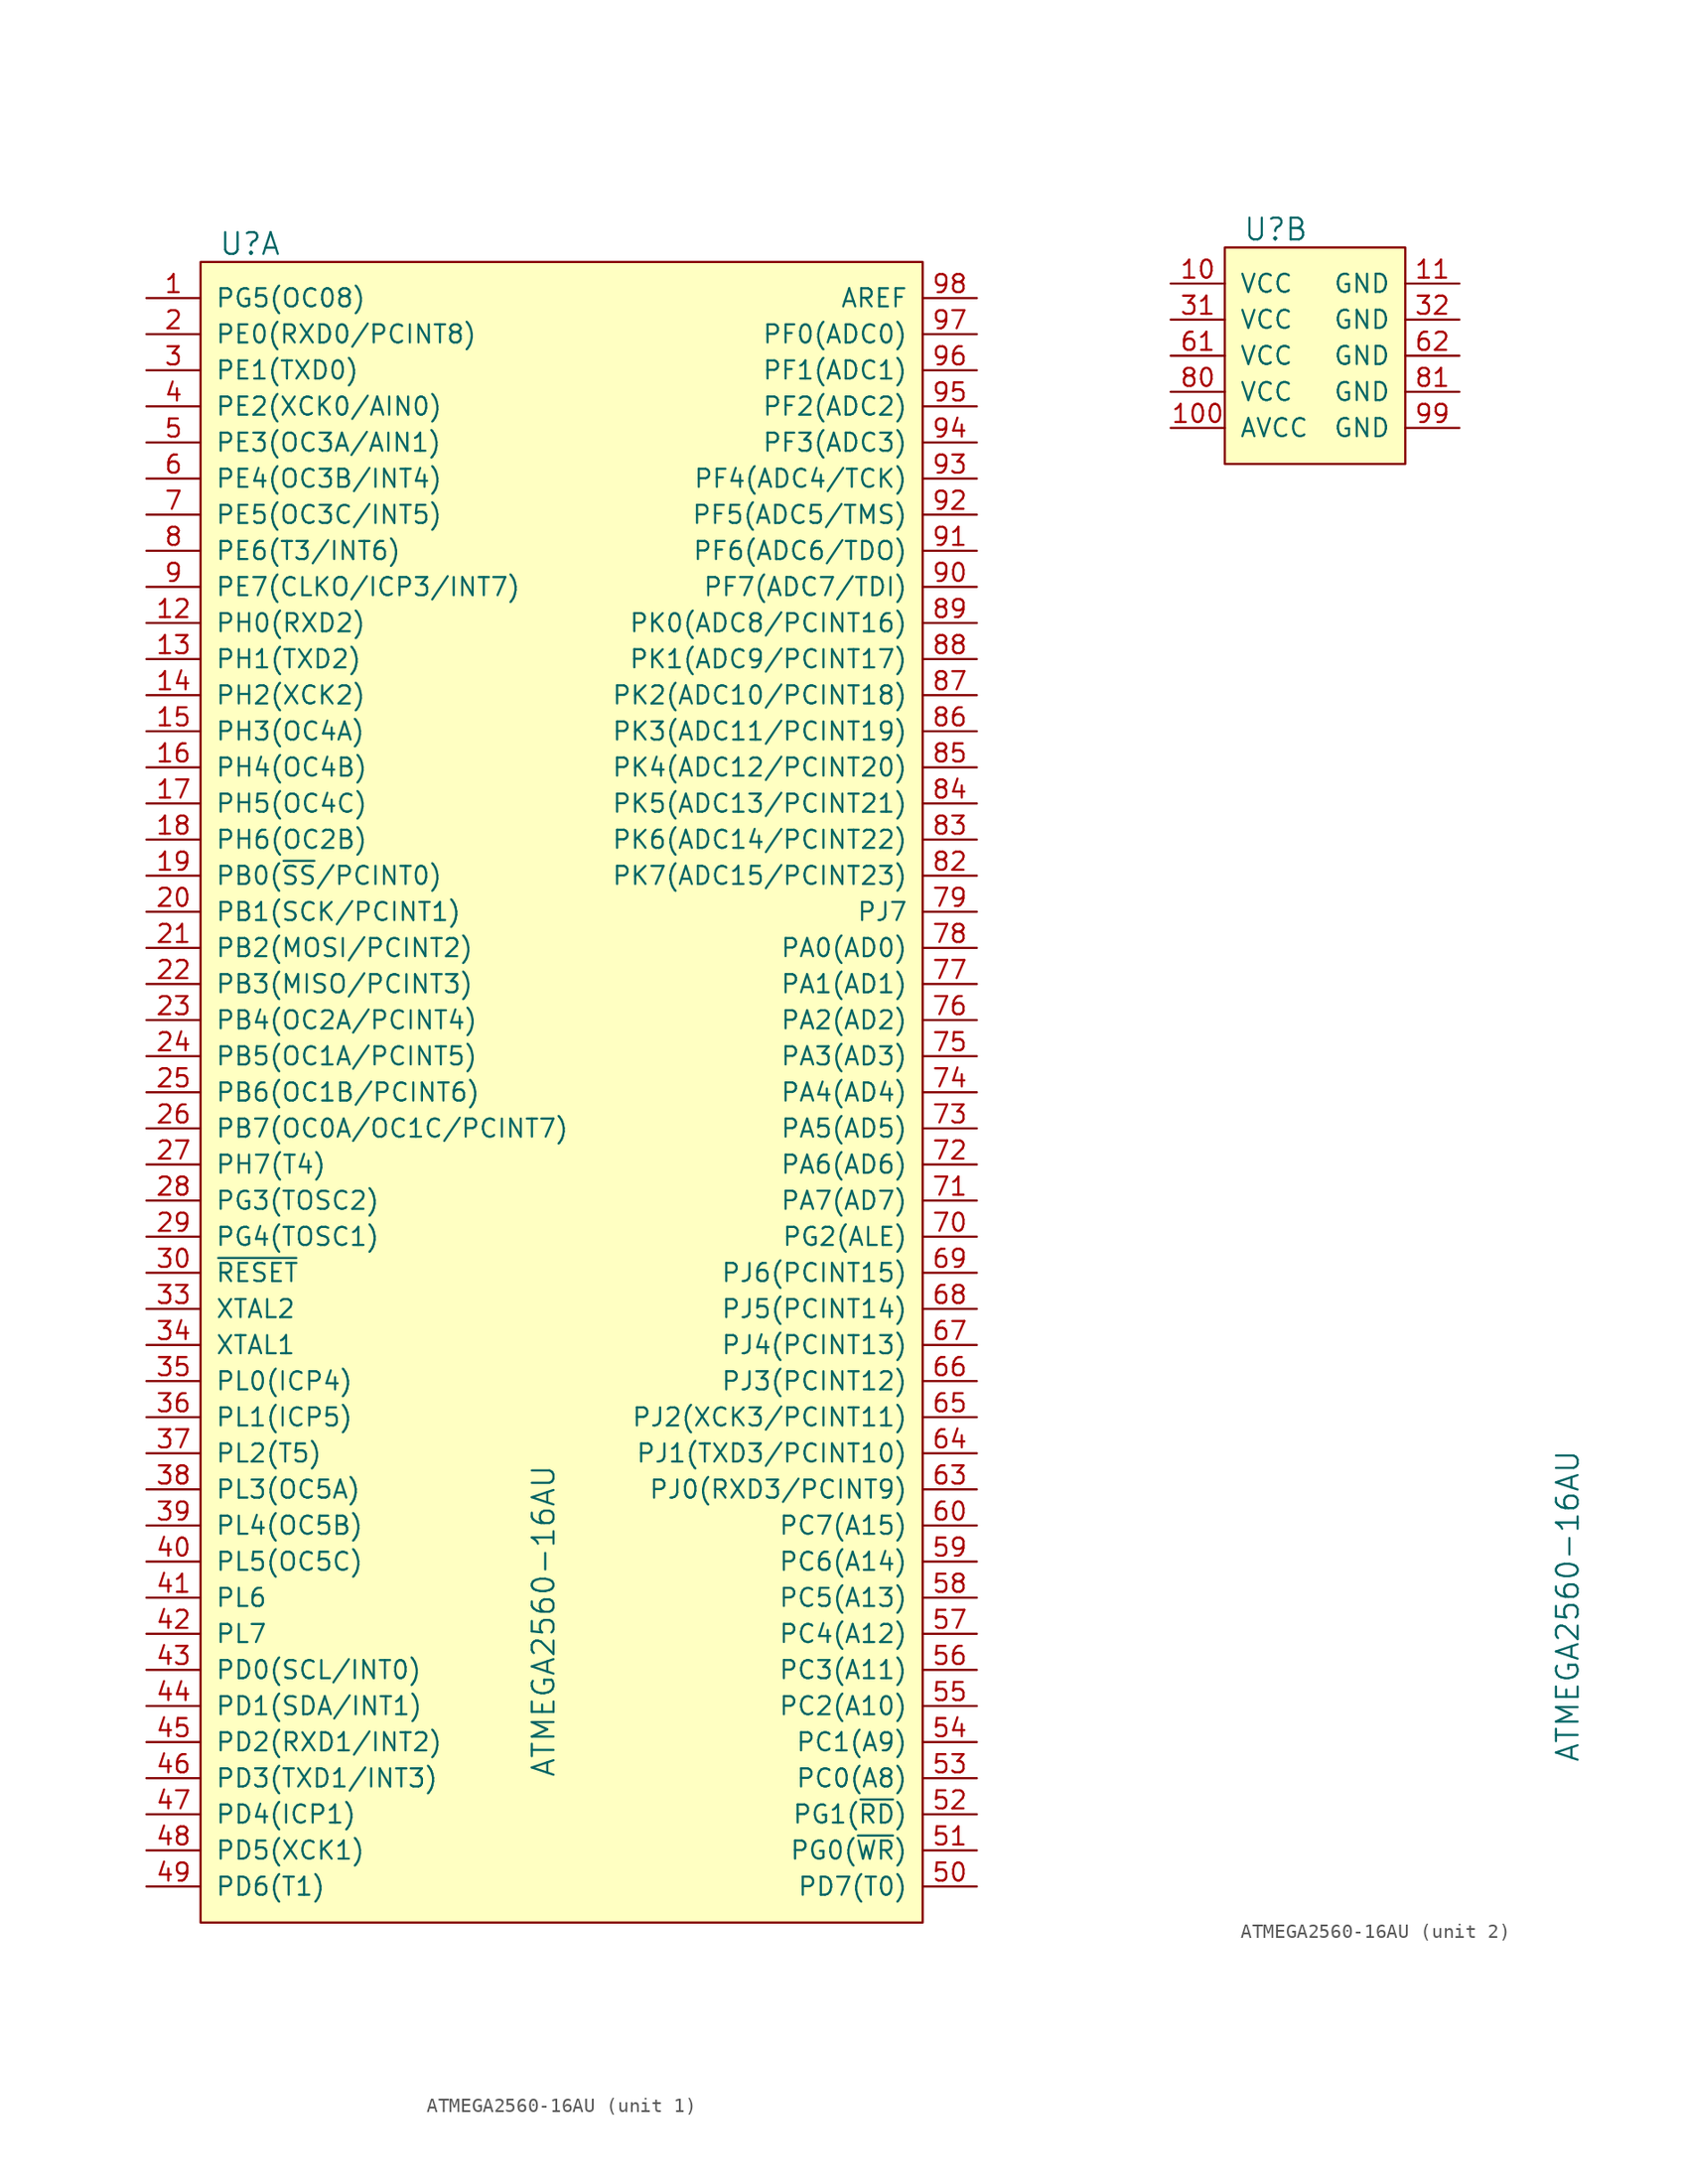
<source format=kicad_sym>
(kicad_symbol_lib
  (version 20220914)
  (generator kicad_symbol_editor)
  (symbol "ATMEGA2560-16AU"
    (pin_names
      (offset 1.016))
    (property "Reference" "U"
      (at 2.54 1.27 0)
      (effects (font (size 1.524 1.524)) (justify left)))
    (property "Value" "ATMEGA2560-16AU"
      (at 25.4 -106.68 90)
      (effects (font (size 1.524 1.524)) (justify left)))
    (property "ki_locked" ""
      (at 0 0 0)
      (effects (font (size 1.27 1.27))))
    (symbol "ATMEGA2560-16AU_1_1"
      (rectangle (start 1.27 0) (end 52.07 -116.84) (stroke (width 0) (type solid)) (fill (type background)))
      (pin bidirectional line (at -2.54 -2.54 0) (length 3.81) (name "PG5(OC08)" (effects (font (size 1.27 1.27)))) (number "1" (effects (font (size 1.27 1.27)))))
      (pin bidirectional line (at -2.54 -25.4 0) (length 3.81) (name "PH0(RXD2)" (effects (font (size 1.27 1.27)))) (number "12" (effects (font (size 1.27 1.27)))))
      (pin bidirectional line (at -2.54 -27.94 0) (length 3.81) (name "PH1(TXD2)" (effects (font (size 1.27 1.27)))) (number "13" (effects (font (size 1.27 1.27)))))
      (pin bidirectional line (at -2.54 -30.48 0) (length 3.81) (name "PH2(XCK2)" (effects (font (size 1.27 1.27)))) (number "14" (effects (font (size 1.27 1.27)))))
      (pin bidirectional line (at -2.54 -33.02 0) (length 3.81) (name "PH3(OC4A)" (effects (font (size 1.27 1.27)))) (number "15" (effects (font (size 1.27 1.27)))))
      (pin bidirectional line (at -2.54 -35.56 0) (length 3.81) (name "PH4(OC4B)" (effects (font (size 1.27 1.27)))) (number "16" (effects (font (size 1.27 1.27)))))
      (pin bidirectional line (at -2.54 -38.1 0) (length 3.81) (name "PH5(OC4C)" (effects (font (size 1.27 1.27)))) (number "17" (effects (font (size 1.27 1.27)))))
      (pin bidirectional line (at -2.54 -40.64 0) (length 3.81) (name "PH6(OC2B)" (effects (font (size 1.27 1.27)))) (number "18" (effects (font (size 1.27 1.27)))))
      (pin bidirectional line (at -2.54 -43.18 0) (length 3.81) (name "PB0(~{SS}/PCINT0)" (effects (font (size 1.27 1.27)))) (number "19" (effects (font (size 1.27 1.27)))))
      (pin bidirectional line (at -2.54 -5.08 0) (length 3.81) (name "PE0(RXD0/PCINT8)" (effects (font (size 1.27 1.27)))) (number "2" (effects (font (size 1.27 1.27)))))
      (pin bidirectional line (at -2.54 -45.72 0) (length 3.81) (name "PB1(SCK/PCINT1)" (effects (font (size 1.27 1.27)))) (number "20" (effects (font (size 1.27 1.27)))))
      (pin bidirectional line (at -2.54 -48.26 0) (length 3.81) (name "PB2(MOSI/PCINT2)" (effects (font (size 1.27 1.27)))) (number "21" (effects (font (size 1.27 1.27)))))
      (pin bidirectional line (at -2.54 -50.8 0) (length 3.81) (name "PB3(MISO/PCINT3)" (effects (font (size 1.27 1.27)))) (number "22" (effects (font (size 1.27 1.27)))))
      (pin bidirectional line (at -2.54 -53.34 0) (length 3.81) (name "PB4(OC2A/PCINT4)" (effects (font (size 1.27 1.27)))) (number "23" (effects (font (size 1.27 1.27)))))
      (pin bidirectional line (at -2.54 -55.88 0) (length 3.81) (name "PB5(OC1A/PCINT5)" (effects (font (size 1.27 1.27)))) (number "24" (effects (font (size 1.27 1.27)))))
      (pin bidirectional line (at -2.54 -58.42 0) (length 3.81) (name "PB6(OC1B/PCINT6)" (effects (font (size 1.27 1.27)))) (number "25" (effects (font (size 1.27 1.27)))))
      (pin bidirectional line (at -2.54 -60.96 0) (length 3.81) (name "PB7(OC0A/OC1C/PCINT7)" (effects (font (size 1.27 1.27)))) (number "26" (effects (font (size 1.27 1.27)))))
      (pin bidirectional line (at -2.54 -63.5 0) (length 3.81) (name "PH7(T4)" (effects (font (size 1.27 1.27)))) (number "27" (effects (font (size 1.27 1.27)))))
      (pin bidirectional line (at -2.54 -66.04 0) (length 3.81) (name "PG3(TOSC2)" (effects (font (size 1.27 1.27)))) (number "28" (effects (font (size 1.27 1.27)))))
      (pin bidirectional line (at -2.54 -68.58 0) (length 3.81) (name "PG4(TOSC1)" (effects (font (size 1.27 1.27)))) (number "29" (effects (font (size 1.27 1.27)))))
      (pin bidirectional line (at -2.54 -7.62 0) (length 3.81) (name "PE1(TXD0)" (effects (font (size 1.27 1.27)))) (number "3" (effects (font (size 1.27 1.27)))))
      (pin input line (at -2.54 -71.12 0) (length 3.81) (name "~{RESET}" (effects (font (size 1.27 1.27)))) (number "30" (effects (font (size 1.27 1.27)))))
      (pin input line (at -2.54 -73.66 0) (length 3.81) (name "XTAL2" (effects (font (size 1.27 1.27)))) (number "33" (effects (font (size 1.27 1.27)))))
      (pin output line (at -2.54 -76.2 0) (length 3.81) (name "XTAL1" (effects (font (size 1.27 1.27)))) (number "34" (effects (font (size 1.27 1.27)))))
      (pin bidirectional line (at -2.54 -78.74 0) (length 3.81) (name "PL0(ICP4)" (effects (font (size 1.27 1.27)))) (number "35" (effects (font (size 1.27 1.27)))))
      (pin bidirectional line (at -2.54 -81.28 0) (length 3.81) (name "PL1(ICP5)" (effects (font (size 1.27 1.27)))) (number "36" (effects (font (size 1.27 1.27)))))
      (pin bidirectional line (at -2.54 -83.82 0) (length 3.81) (name "PL2(T5)" (effects (font (size 1.27 1.27)))) (number "37" (effects (font (size 1.27 1.27)))))
      (pin bidirectional line (at -2.54 -86.36 0) (length 3.81) (name "PL3(OC5A)" (effects (font (size 1.27 1.27)))) (number "38" (effects (font (size 1.27 1.27)))))
      (pin bidirectional line (at -2.54 -88.9 0) (length 3.81) (name "PL4(OC5B)" (effects (font (size 1.27 1.27)))) (number "39" (effects (font (size 1.27 1.27)))))
      (pin bidirectional line (at -2.54 -10.16 0) (length 3.81) (name "PE2(XCK0/AIN0)" (effects (font (size 1.27 1.27)))) (number "4" (effects (font (size 1.27 1.27)))))
      (pin bidirectional line (at -2.54 -91.44 0) (length 3.81) (name "PL5(OC5C)" (effects (font (size 1.27 1.27)))) (number "40" (effects (font (size 1.27 1.27)))))
      (pin bidirectional line (at -2.54 -93.98 0) (length 3.81) (name "PL6" (effects (font (size 1.27 1.27)))) (number "41" (effects (font (size 1.27 1.27)))))
      (pin bidirectional line (at -2.54 -96.52 0) (length 3.81) (name "PL7" (effects (font (size 1.27 1.27)))) (number "42" (effects (font (size 1.27 1.27)))))
      (pin bidirectional line (at -2.54 -99.06 0) (length 3.81) (name "PD0(SCL/INT0)" (effects (font (size 1.27 1.27)))) (number "43" (effects (font (size 1.27 1.27)))))
      (pin bidirectional line (at -2.54 -101.6 0) (length 3.81) (name "PD1(SDA/INT1)" (effects (font (size 1.27 1.27)))) (number "44" (effects (font (size 1.27 1.27)))))
      (pin bidirectional line (at -2.54 -104.14 0) (length 3.81) (name "PD2(RXD1/INT2)" (effects (font (size 1.27 1.27)))) (number "45" (effects (font (size 1.27 1.27)))))
      (pin bidirectional line (at -2.54 -106.68 0) (length 3.81) (name "PD3(TXD1/INT3)" (effects (font (size 1.27 1.27)))) (number "46" (effects (font (size 1.27 1.27)))))
      (pin bidirectional line (at -2.54 -109.22 0) (length 3.81) (name "PD4(ICP1)" (effects (font (size 1.27 1.27)))) (number "47" (effects (font (size 1.27 1.27)))))
      (pin bidirectional line (at -2.54 -111.76 0) (length 3.81) (name "PD5(XCK1)" (effects (font (size 1.27 1.27)))) (number "48" (effects (font (size 1.27 1.27)))))
      (pin bidirectional line (at -2.54 -114.3 0) (length 3.81) (name "PD6(T1)" (effects (font (size 1.27 1.27)))) (number "49" (effects (font (size 1.27 1.27)))))
      (pin bidirectional line (at -2.54 -12.7 0) (length 3.81) (name "PE3(OC3A/AIN1)" (effects (font (size 1.27 1.27)))) (number "5" (effects (font (size 1.27 1.27)))))
      (pin bidirectional line (at 55.88 -114.3 180) (length 3.81) (name "PD7(T0)" (effects (font (size 1.27 1.27)))) (number "50" (effects (font (size 1.27 1.27)))))
      (pin bidirectional line (at 55.88 -111.76 180) (length 3.81) (name "PG0(~{WR})" (effects (font (size 1.27 1.27)))) (number "51" (effects (font (size 1.27 1.27)))))
      (pin bidirectional line (at 55.88 -109.22 180) (length 3.81) (name "PG1(~{RD})" (effects (font (size 1.27 1.27)))) (number "52" (effects (font (size 1.27 1.27)))))
      (pin bidirectional line (at 55.88 -106.68 180) (length 3.81) (name "PC0(A8)" (effects (font (size 1.27 1.27)))) (number "53" (effects (font (size 1.27 1.27)))))
      (pin bidirectional line (at 55.88 -104.14 180) (length 3.81) (name "PC1(A9)" (effects (font (size 1.27 1.27)))) (number "54" (effects (font (size 1.27 1.27)))))
      (pin bidirectional line (at 55.88 -101.6 180) (length 3.81) (name "PC2(A10)" (effects (font (size 1.27 1.27)))) (number "55" (effects (font (size 1.27 1.27)))))
      (pin bidirectional line (at 55.88 -99.06 180) (length 3.81) (name "PC3(A11)" (effects (font (size 1.27 1.27)))) (number "56" (effects (font (size 1.27 1.27)))))
      (pin bidirectional line (at 55.88 -96.52 180) (length 3.81) (name "PC4(A12)" (effects (font (size 1.27 1.27)))) (number "57" (effects (font (size 1.27 1.27)))))
      (pin bidirectional line (at 55.88 -93.98 180) (length 3.81) (name "PC5(A13)" (effects (font (size 1.27 1.27)))) (number "58" (effects (font (size 1.27 1.27)))))
      (pin bidirectional line (at 55.88 -91.44 180) (length 3.81) (name "PC6(A14)" (effects (font (size 1.27 1.27)))) (number "59" (effects (font (size 1.27 1.27)))))
      (pin bidirectional line (at -2.54 -15.24 0) (length 3.81) (name "PE4(OC3B/INT4)" (effects (font (size 1.27 1.27)))) (number "6" (effects (font (size 1.27 1.27)))))
      (pin bidirectional line (at 55.88 -88.9 180) (length 3.81) (name "PC7(A15)" (effects (font (size 1.27 1.27)))) (number "60" (effects (font (size 1.27 1.27)))))
      (pin bidirectional line (at 55.88 -86.36 180) (length 3.81) (name "PJ0(RXD3/PCINT9)" (effects (font (size 1.27 1.27)))) (number "63" (effects (font (size 1.27 1.27)))))
      (pin bidirectional line (at 55.88 -83.82 180) (length 3.81) (name "PJ1(TXD3/PCINT10)" (effects (font (size 1.27 1.27)))) (number "64" (effects (font (size 1.27 1.27)))))
      (pin bidirectional line (at 55.88 -81.28 180) (length 3.81) (name "PJ2(XCK3/PCINT11)" (effects (font (size 1.27 1.27)))) (number "65" (effects (font (size 1.27 1.27)))))
      (pin bidirectional line (at 55.88 -78.74 180) (length 3.81) (name "PJ3(PCINT12)" (effects (font (size 1.27 1.27)))) (number "66" (effects (font (size 1.27 1.27)))))
      (pin bidirectional line (at 55.88 -76.2 180) (length 3.81) (name "PJ4(PCINT13)" (effects (font (size 1.27 1.27)))) (number "67" (effects (font (size 1.27 1.27)))))
      (pin bidirectional line (at 55.88 -73.66 180) (length 3.81) (name "PJ5(PCINT14)" (effects (font (size 1.27 1.27)))) (number "68" (effects (font (size 1.27 1.27)))))
      (pin bidirectional line (at 55.88 -71.12 180) (length 3.81) (name "PJ6(PCINT15)" (effects (font (size 1.27 1.27)))) (number "69" (effects (font (size 1.27 1.27)))))
      (pin bidirectional line (at -2.54 -17.78 0) (length 3.81) (name "PE5(OC3C/INT5)" (effects (font (size 1.27 1.27)))) (number "7" (effects (font (size 1.27 1.27)))))
      (pin bidirectional line (at 55.88 -68.58 180) (length 3.81) (name "PG2(ALE)" (effects (font (size 1.27 1.27)))) (number "70" (effects (font (size 1.27 1.27)))))
      (pin bidirectional line (at 55.88 -66.04 180) (length 3.81) (name "PA7(AD7)" (effects (font (size 1.27 1.27)))) (number "71" (effects (font (size 1.27 1.27)))))
      (pin bidirectional line (at 55.88 -63.5 180) (length 3.81) (name "PA6(AD6)" (effects (font (size 1.27 1.27)))) (number "72" (effects (font (size 1.27 1.27)))))
      (pin bidirectional line (at 55.88 -60.96 180) (length 3.81) (name "PA5(AD5)" (effects (font (size 1.27 1.27)))) (number "73" (effects (font (size 1.27 1.27)))))
      (pin bidirectional line (at 55.88 -58.42 180) (length 3.81) (name "PA4(AD4)" (effects (font (size 1.27 1.27)))) (number "74" (effects (font (size 1.27 1.27)))))
      (pin bidirectional line (at 55.88 -55.88 180) (length 3.81) (name "PA3(AD3)" (effects (font (size 1.27 1.27)))) (number "75" (effects (font (size 1.27 1.27)))))
      (pin bidirectional line (at 55.88 -53.34 180) (length 3.81) (name "PA2(AD2)" (effects (font (size 1.27 1.27)))) (number "76" (effects (font (size 1.27 1.27)))))
      (pin bidirectional line (at 55.88 -50.8 180) (length 3.81) (name "PA1(AD1)" (effects (font (size 1.27 1.27)))) (number "77" (effects (font (size 1.27 1.27)))))
      (pin bidirectional line (at 55.88 -48.26 180) (length 3.81) (name "PA0(AD0)" (effects (font (size 1.27 1.27)))) (number "78" (effects (font (size 1.27 1.27)))))
      (pin bidirectional line (at 55.88 -45.72 180) (length 3.81) (name "PJ7" (effects (font (size 1.27 1.27)))) (number "79" (effects (font (size 1.27 1.27)))))
      (pin bidirectional line (at -2.54 -20.32 0) (length 3.81) (name "PE6(T3/INT6)" (effects (font (size 1.27 1.27)))) (number "8" (effects (font (size 1.27 1.27)))))
      (pin bidirectional line (at 55.88 -43.18 180) (length 3.81) (name "PK7(ADC15/PCINT23)" (effects (font (size 1.27 1.27)))) (number "82" (effects (font (size 1.27 1.27)))))
      (pin bidirectional line (at 55.88 -40.64 180) (length 3.81) (name "PK6(ADC14/PCINT22)" (effects (font (size 1.27 1.27)))) (number "83" (effects (font (size 1.27 1.27)))))
      (pin bidirectional line (at 55.88 -38.1 180) (length 3.81) (name "PK5(ADC13/PCINT21)" (effects (font (size 1.27 1.27)))) (number "84" (effects (font (size 1.27 1.27)))))
      (pin bidirectional line (at 55.88 -35.56 180) (length 3.81) (name "PK4(ADC12/PCINT20)" (effects (font (size 1.27 1.27)))) (number "85" (effects (font (size 1.27 1.27)))))
      (pin bidirectional line (at 55.88 -33.02 180) (length 3.81) (name "PK3(ADC11/PCINT19)" (effects (font (size 1.27 1.27)))) (number "86" (effects (font (size 1.27 1.27)))))
      (pin bidirectional line (at 55.88 -30.48 180) (length 3.81) (name "PK2(ADC10/PCINT18)" (effects (font (size 1.27 1.27)))) (number "87" (effects (font (size 1.27 1.27)))))
      (pin bidirectional line (at 55.88 -27.94 180) (length 3.81) (name "PK1(ADC9/PCINT17)" (effects (font (size 1.27 1.27)))) (number "88" (effects (font (size 1.27 1.27)))))
      (pin bidirectional line (at 55.88 -25.4 180) (length 3.81) (name "PK0(ADC8/PCINT16)" (effects (font (size 1.27 1.27)))) (number "89" (effects (font (size 1.27 1.27)))))
      (pin bidirectional line (at -2.54 -22.86 0) (length 3.81) (name "PE7(CLKO/ICP3/INT7)" (effects (font (size 1.27 1.27)))) (number "9" (effects (font (size 1.27 1.27)))))
      (pin bidirectional line (at 55.88 -22.86 180) (length 3.81) (name "PF7(ADC7/TDI)" (effects (font (size 1.27 1.27)))) (number "90" (effects (font (size 1.27 1.27)))))
      (pin bidirectional line (at 55.88 -20.32 180) (length 3.81) (name "PF6(ADC6/TDO)" (effects (font (size 1.27 1.27)))) (number "91" (effects (font (size 1.27 1.27)))))
      (pin bidirectional line (at 55.88 -17.78 180) (length 3.81) (name "PF5(ADC5/TMS)" (effects (font (size 1.27 1.27)))) (number "92" (effects (font (size 1.27 1.27)))))
      (pin bidirectional line (at 55.88 -15.24 180) (length 3.81) (name "PF4(ADC4/TCK)" (effects (font (size 1.27 1.27)))) (number "93" (effects (font (size 1.27 1.27)))))
      (pin bidirectional line (at 55.88 -12.7 180) (length 3.81) (name "PF3(ADC3)" (effects (font (size 1.27 1.27)))) (number "94" (effects (font (size 1.27 1.27)))))
      (pin bidirectional line (at 55.88 -10.16 180) (length 3.81) (name "PF2(ADC2)" (effects (font (size 1.27 1.27)))) (number "95" (effects (font (size 1.27 1.27)))))
      (pin bidirectional line (at 55.88 -7.62 180) (length 3.81) (name "PF1(ADC1)" (effects (font (size 1.27 1.27)))) (number "96" (effects (font (size 1.27 1.27)))))
      (pin bidirectional line (at 55.88 -5.08 180) (length 3.81) (name "PF0(ADC0)" (effects (font (size 1.27 1.27)))) (number "97" (effects (font (size 1.27 1.27)))))
      (pin bidirectional line (at 55.88 -2.54 180) (length 3.81) (name "AREF" (effects (font (size 1.27 1.27)))) (number "98" (effects (font (size 1.27 1.27))))))
    (symbol "ATMEGA2560-16AU_2_1"
      (rectangle (start 1.27 0) (end 13.97 -15.24) (stroke (width 0) (type solid)) (fill (type background)))
      (pin power_in line (at -2.54 -2.54 0) (length 3.81) (name "VCC" (effects (font (size 1.27 1.27)))) (number "10" (effects (font (size 1.27 1.27)))))
      (pin power_in line (at -2.54 -12.7 0) (length 3.81) (name "AVCC" (effects (font (size 1.27 1.27)))) (number "100" (effects (font (size 1.27 1.27)))))
      (pin power_in line (at 17.78 -2.54 180) (length 3.81) (name "GND" (effects (font (size 1.27 1.27)))) (number "11" (effects (font (size 1.27 1.27)))))
      (pin power_in line (at -2.54 -5.08 0) (length 3.81) (name "VCC" (effects (font (size 1.27 1.27)))) (number "31" (effects (font (size 1.27 1.27)))))
      (pin power_in line (at 17.78 -5.08 180) (length 3.81) (name "GND" (effects (font (size 1.27 1.27)))) (number "32" (effects (font (size 1.27 1.27)))))
      (pin power_in line (at -2.54 -7.62 0) (length 3.81) (name "VCC" (effects (font (size 1.27 1.27)))) (number "61" (effects (font (size 1.27 1.27)))))
      (pin power_in line (at 17.78 -7.62 180) (length 3.81) (name "GND" (effects (font (size 1.27 1.27)))) (number "62" (effects (font (size 1.27 1.27)))))
      (pin power_in line (at -2.54 -10.16 0) (length 3.81) (name "VCC" (effects (font (size 1.27 1.27)))) (number "80" (effects (font (size 1.27 1.27)))))
      (pin power_in line (at 17.78 -10.16 180) (length 3.81) (name "GND" (effects (font (size 1.27 1.27)))) (number "81" (effects (font (size 1.27 1.27)))))
      (pin power_in line (at 17.78 -12.7 180) (length 3.81) (name "GND" (effects (font (size 1.27 1.27)))) (number "99" (effects (font (size 1.27 1.27))))))))
</source>
